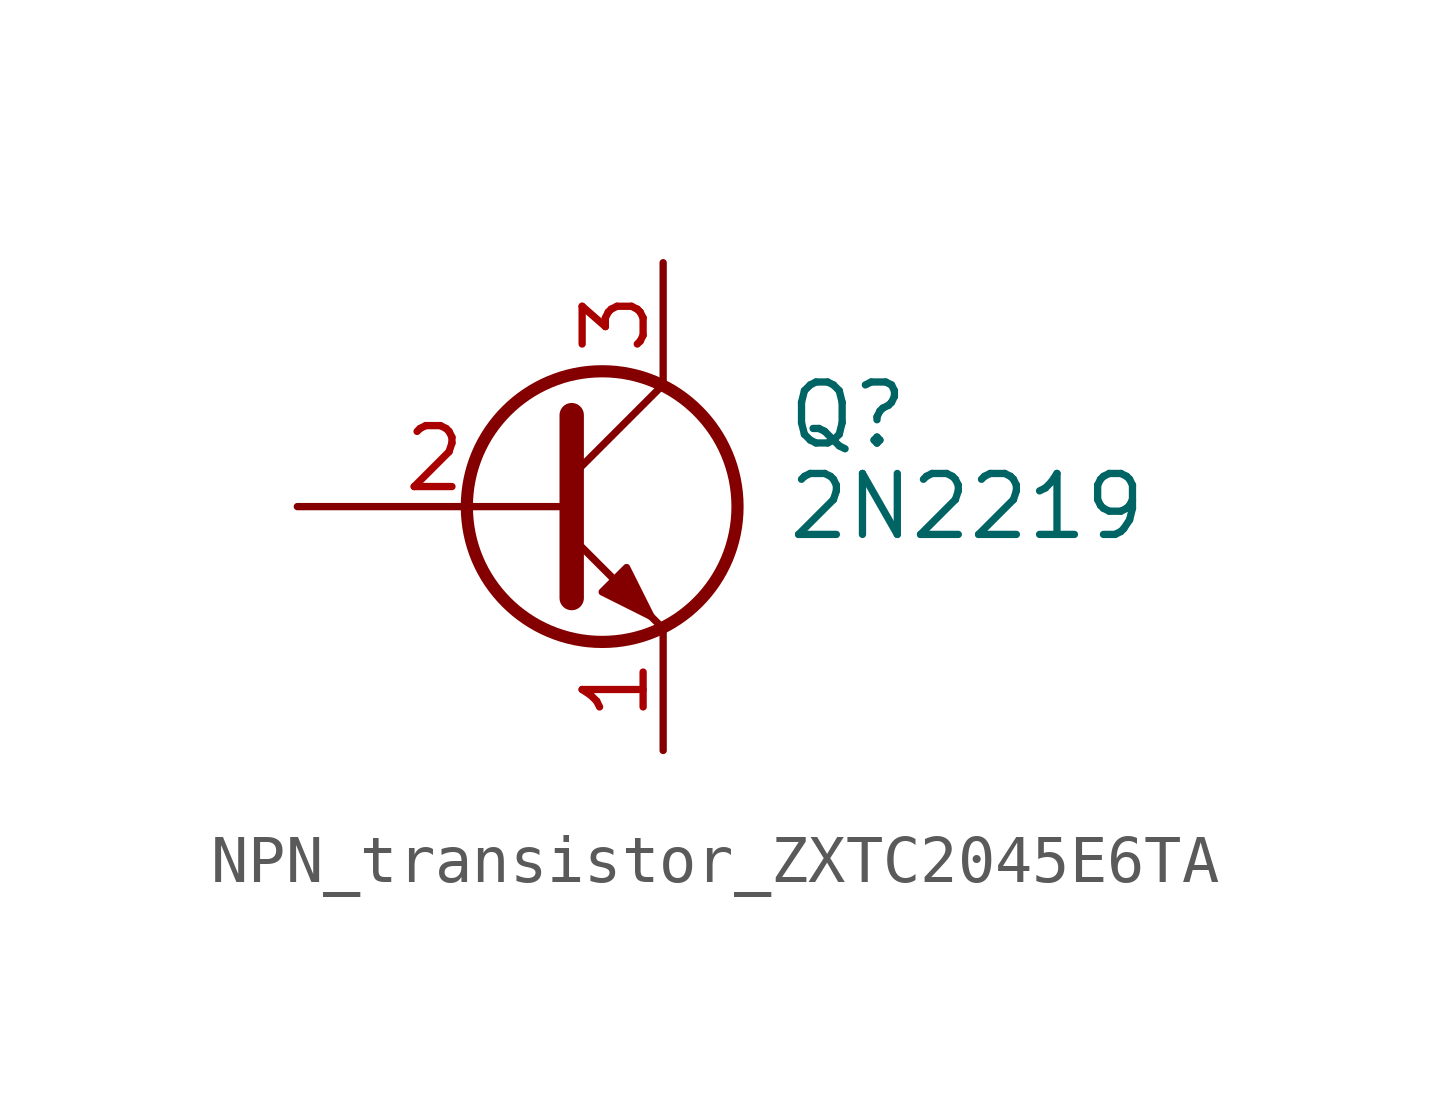
<source format=kicad_sym>
(kicad_symbol_lib
  (version 20220914)
  (generator kicad_symbol_editor)
  (symbol "NPN_transistor_ZXTC2045E6TA"
    (pin_names
      (offset 0) hide)
    (property "Reference" "Q"
      (at 5.08 1.905 0)
      (effects (font (size 1.27 1.27)) (justify left)))
    (property "Value" "2N2219"
      (at 5.08 0 0)
      (effects (font (size 1.27 1.27)) (justify left)))
    (symbol "NPN_transistor_ZXTC2045E6TA_0_1"
      (polyline (pts (xy 0.635 0.635) (xy 2.54 2.54)) (stroke (width 0) (type default)) (fill (type none)))
      (polyline (pts (xy 0.635 -0.635) (xy 2.54 -2.54) (xy 2.54 -2.54)) (stroke (width 0) (type default)) (fill (type none)))
      (polyline (pts (xy 0.635 1.905) (xy 0.635 -1.905) (xy 0.635 -1.905)) (stroke (width 0.508) (type default)) (fill (type none)))
      (polyline (pts (xy 1.27 -1.778) (xy 1.778 -1.27) (xy 2.286 -2.286) (xy 1.27 -1.778) (xy 1.27 -1.778)) (stroke (width 0) (type default)) (fill (type outline)))
      (circle (center 1.27 0) (radius 2.819) (stroke (width 0.254) (type default)) (fill (type none))))
    (symbol "NPN_transistor_ZXTC2045E6TA_1_1"
      (pin passive line (at 2.54 -5.08 90) (length 2.54) (name "E" (effects (font (size 1.27 1.27)))) (number "1" (effects (font (size 1.27 1.27)))))
      (pin passive line (at -5.08 0 0) (length 5.715) (name "B" (effects (font (size 1.27 1.27)))) (number "2" (effects (font (size 1.27 1.27)))))
      (pin passive line (at 2.54 5.08 270) (length 2.54) (name "C" (effects (font (size 1.27 1.27)))) (number "3" (effects (font (size 1.27 1.27))))))))
</source>
